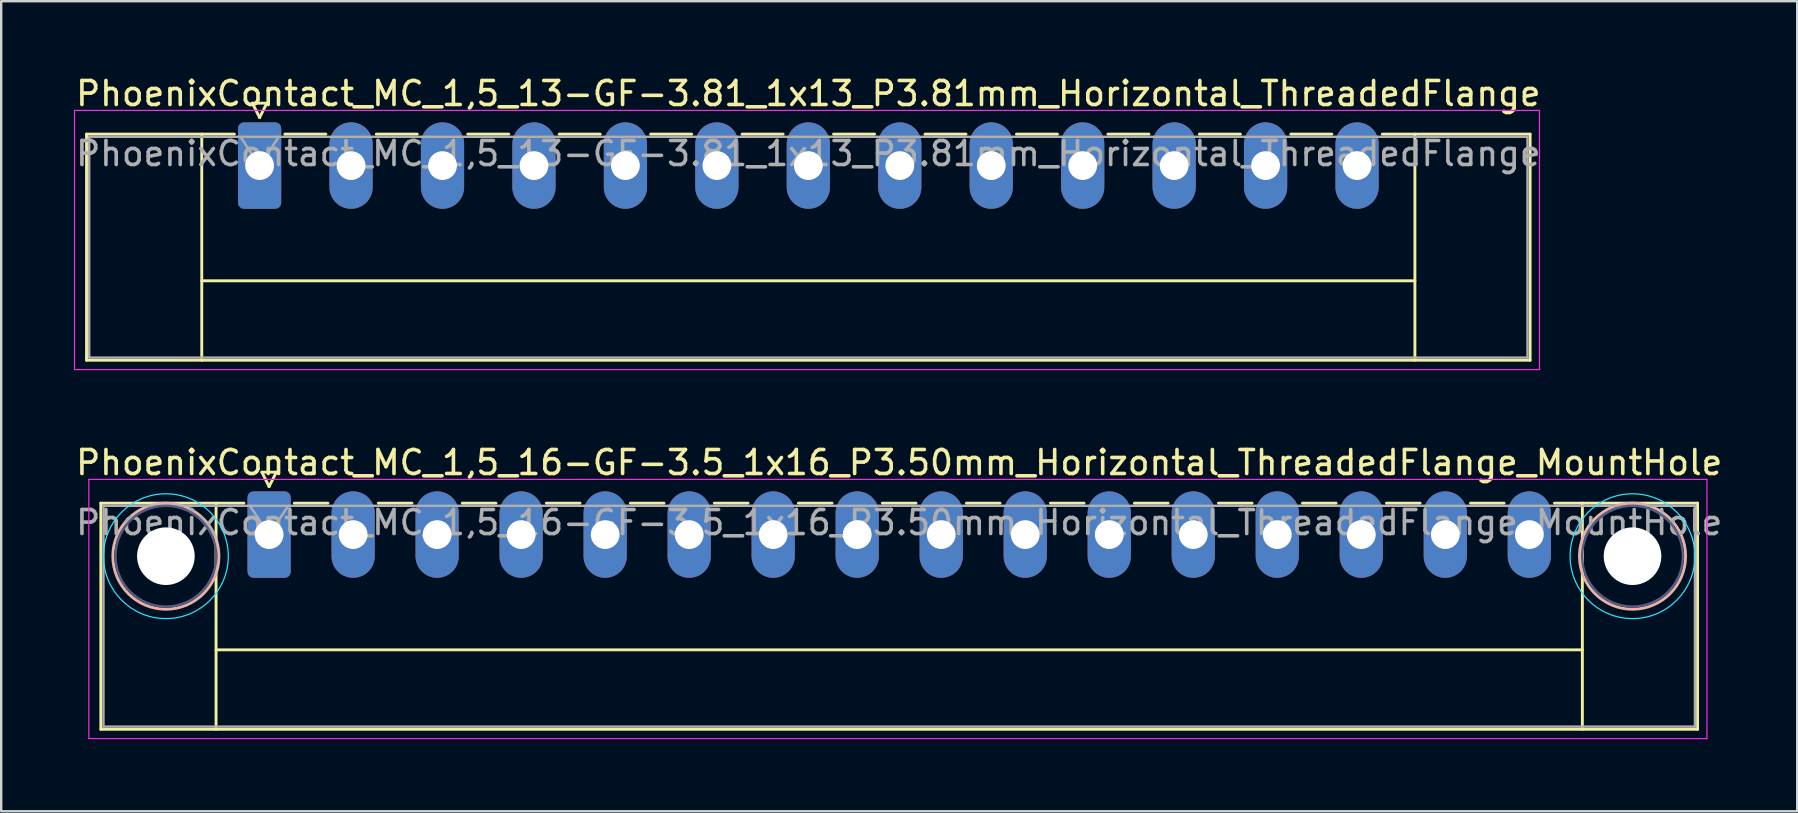
<source format=kicad_pcb>
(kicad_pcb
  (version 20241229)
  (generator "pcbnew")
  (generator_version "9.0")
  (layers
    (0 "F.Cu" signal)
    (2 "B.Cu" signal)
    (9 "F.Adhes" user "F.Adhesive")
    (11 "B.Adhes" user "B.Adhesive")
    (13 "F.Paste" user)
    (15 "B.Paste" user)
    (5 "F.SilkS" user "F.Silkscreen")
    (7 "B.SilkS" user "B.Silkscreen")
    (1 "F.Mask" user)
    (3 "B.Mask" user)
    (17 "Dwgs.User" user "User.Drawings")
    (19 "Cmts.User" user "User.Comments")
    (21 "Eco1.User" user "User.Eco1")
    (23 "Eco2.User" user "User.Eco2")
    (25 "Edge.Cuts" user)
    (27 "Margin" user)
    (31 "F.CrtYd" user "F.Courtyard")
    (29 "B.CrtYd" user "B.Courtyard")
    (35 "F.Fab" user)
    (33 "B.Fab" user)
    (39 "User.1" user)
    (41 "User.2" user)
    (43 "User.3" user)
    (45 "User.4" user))
  (footprint "PhoenixContact_MC_1,5_16-GF-3.5_1x16_P3.50mm_Horizontal_ThreadedFlange_MountHole"
    (layer "F.Cu")
    (at 8.161 19.221)
    (property "Reference" "PhoenixContact_MC_1,5_16-GF-3.5_1x16_P3.50mm_Horizontal_ThreadedFlange_MountHole" (at 26.25 -3 0) (layer "F.SilkS") (effects (font (size 1 1) (thickness 0.15))))
    (attr through_hole)
    (fp_line (start -7.01 -1.31) (end -7.01 8.11) (stroke (width 0.12) (type solid)) (layer "F.SilkS"))
    (fp_line (start -7.01 -1.31) (end -1.05 -1.31) (stroke (width 0.12) (type solid)) (layer "F.SilkS"))
    (fp_line (start -7.01 8.11) (end 59.51 8.11) (stroke (width 0.12) (type solid)) (layer "F.SilkS"))
    (fp_line (start -2.21 -1.31) (end -2.21 8.11) (stroke (width 0.12) (type solid)) (layer "F.SilkS"))
    (fp_line (start -2.21 4.8) (end 54.71 4.8) (stroke (width 0.12) (type solid)) (layer "F.SilkS"))
    (fp_line (start -0.3 -2.6) (end 0.3 -2.6) (stroke (width 0.12) (type solid)) (layer "F.SilkS"))
    (fp_line (start 0 -2) (end -0.3 -2.6) (stroke (width 0.12) (type solid)) (layer "F.SilkS"))
    (fp_line (start 0.3 -2.6) (end 0 -2) (stroke (width 0.12) (type solid)) (layer "F.SilkS"))
    (fp_line (start 1.05 -1.31) (end 2.45 -1.31) (stroke (width 0.12) (type solid)) (layer "F.SilkS"))
    (fp_line (start 4.55 -1.31) (end 5.95 -1.31) (stroke (width 0.12) (type solid)) (layer "F.SilkS"))
    (fp_line (start 8.05 -1.31) (end 9.45 -1.31) (stroke (width 0.12) (type solid)) (layer "F.SilkS"))
    (fp_line (start 11.55 -1.31) (end 12.95 -1.31) (stroke (width 0.12) (type solid)) (layer "F.SilkS"))
    (fp_line (start 15.05 -1.31) (end 16.45 -1.31) (stroke (width 0.12) (type solid)) (layer "F.SilkS"))
    (fp_line (start 18.55 -1.31) (end 19.95 -1.31) (stroke (width 0.12) (type solid)) (layer "F.SilkS"))
    (fp_line (start 22.05 -1.31) (end 23.45 -1.31) (stroke (width 0.12) (type solid)) (layer "F.SilkS"))
    (fp_line (start 25.55 -1.31) (end 26.95 -1.31) (stroke (width 0.12) (type solid)) (layer "F.SilkS"))
    (fp_line (start 29.05 -1.31) (end 30.45 -1.31) (stroke (width 0.12) (type solid)) (layer "F.SilkS"))
    (fp_line (start 32.55 -1.31) (end 33.95 -1.31) (stroke (width 0.12) (type solid)) (layer "F.SilkS"))
    (fp_line (start 36.05 -1.31) (end 37.45 -1.31) (stroke (width 0.12) (type solid)) (layer "F.SilkS"))
    (fp_line (start 39.55 -1.31) (end 40.95 -1.31) (stroke (width 0.12) (type solid)) (layer "F.SilkS"))
    (fp_line (start 43.05 -1.31) (end 44.45 -1.31) (stroke (width 0.12) (type solid)) (layer "F.SilkS"))
    (fp_line (start 46.55 -1.31) (end 47.95 -1.31) (stroke (width 0.12) (type solid)) (layer "F.SilkS"))
    (fp_line (start 50.05 -1.31) (end 51.45 -1.31) (stroke (width 0.12) (type solid)) (layer "F.SilkS"))
    (fp_line (start 54.71 -1.31) (end 54.71 8.11) (stroke (width 0.12) (type solid)) (layer "F.SilkS"))
    (fp_line (start 59.51 -1.31) (end 53.55 -1.31) (stroke (width 0.12) (type solid)) (layer "F.SilkS"))
    (fp_line (start 59.51 8.11) (end 59.51 -1.31) (stroke (width 0.12) (type solid)) (layer "F.SilkS"))
    (fp_circle (center -4.3 0.9) (end -2.09 0.9) (stroke (width 0.12) (type solid)) (fill no) (layer "B.SilkS"))
    (fp_circle (center 56.8 0.9) (end 59.01 0.9) (stroke (width 0.12) (type solid)) (fill no) (layer "B.SilkS"))
    (fp_circle (center -4.3 0.9) (end -1.7 0.9) (stroke (width 0.05) (type solid)) (fill no) (layer "B.CrtYd"))
    (fp_circle (center 56.8 0.9) (end 59.4 0.9) (stroke (width 0.05) (type solid)) (fill no) (layer "B.CrtYd"))
    (fp_line (start -7.51 -2.3) (end -7.51 8.5) (stroke (width 0.05) (type solid)) (layer "F.CrtYd"))
    (fp_line (start -7.51 8.5) (end 59.9 8.5) (stroke (width 0.05) (type solid)) (layer "F.CrtYd"))
    (fp_line (start 59.9 -2.3) (end -7.51 -2.3) (stroke (width 0.05) (type solid)) (layer "F.CrtYd"))
    (fp_line (start 59.9 8.5) (end 59.9 -2.3) (stroke (width 0.05) (type solid)) (layer "F.CrtYd"))
    (fp_circle (center -4.3 0.9) (end -2.2 0.9) (stroke (width 0.1) (type solid)) (fill no) (layer "B.Fab"))
    (fp_circle (center 56.8 0.9) (end 58.9 0.9) (stroke (width 0.1) (type solid)) (fill no) (layer "B.Fab"))
    (fp_line (start -6.9 -1.2) (end -6.9 8) (stroke (width 0.1) (type solid)) (layer "F.Fab"))
    (fp_line (start -6.9 8) (end 59.4 8) (stroke (width 0.1) (type solid)) (layer "F.Fab"))
    (fp_line (start 0 0) (end -0.8 -1.2) (stroke (width 0.1) (type solid)) (layer "F.Fab"))
    (fp_line (start 0.8 -1.2) (end 0 0) (stroke (width 0.1) (type solid)) (layer "F.Fab"))
    (fp_line (start 59.4 -1.2) (end -6.9 -1.2) (stroke (width 0.1) (type solid)) (layer "F.Fab"))
    (fp_line (start 59.4 8) (end 59.4 -1.2) (stroke (width 0.1) (type solid)) (layer "F.Fab"))
    (fp_text user "${REFERENCE}" (at 26.25 -0.5 0) (layer "F.Fab") (effects (font (size 1 1) (thickness 0.15))))
    (pad "" np_thru_hole circle (at -4.3 0.9) (size 2.4 2.4) (drill 2.4) (layers "*.Cu" "*.Mask"))
    (pad "" np_thru_hole circle (at 56.8 0.9) (size 2.4 2.4) (drill 2.4) (layers "*.Cu" "*.Mask"))
    (pad "1" thru_hole roundrect (at 0 0) (size 1.8 3.6) (drill 1.2) (layers "*.Cu" "*.Mask") (roundrect_rratio 0.139))
    (pad "2" thru_hole oval (at 3.5 0) (size 1.8 3.6) (drill 1.2) (layers "*.Cu" "*.Mask"))
    (pad "3" thru_hole oval (at 7 0) (size 1.8 3.6) (drill 1.2) (layers "*.Cu" "*.Mask"))
    (pad "4" thru_hole oval (at 10.5 0) (size 1.8 3.6) (drill 1.2) (layers "*.Cu" "*.Mask"))
    (pad "5" thru_hole oval (at 14 0) (size 1.8 3.6) (drill 1.2) (layers "*.Cu" "*.Mask"))
    (pad "6" thru_hole oval (at 17.5 0) (size 1.8 3.6) (drill 1.2) (layers "*.Cu" "*.Mask"))
    (pad "7" thru_hole oval (at 21 0) (size 1.8 3.6) (drill 1.2) (layers "*.Cu" "*.Mask"))
    (pad "8" thru_hole oval (at 24.5 0) (size 1.8 3.6) (drill 1.2) (layers "*.Cu" "*.Mask"))
    (pad "9" thru_hole oval (at 28 0) (size 1.8 3.6) (drill 1.2) (layers "*.Cu" "*.Mask"))
    (pad "10" thru_hole oval (at 31.5 0) (size 1.8 3.6) (drill 1.2) (layers "*.Cu" "*.Mask"))
    (pad "11" thru_hole oval (at 35 0) (size 1.8 3.6) (drill 1.2) (layers "*.Cu" "*.Mask"))
    (pad "12" thru_hole oval (at 38.5 0) (size 1.8 3.6) (drill 1.2) (layers "*.Cu" "*.Mask"))
    (pad "13" thru_hole oval (at 42 0) (size 1.8 3.6) (drill 1.2) (layers "*.Cu" "*.Mask"))
    (pad "14" thru_hole oval (at 45.5 0) (size 1.8 3.6) (drill 1.2) (layers "*.Cu" "*.Mask"))
    (pad "15" thru_hole oval (at 49 0) (size 1.8 3.6) (drill 1.2) (layers "*.Cu" "*.Mask"))
    (pad "16" thru_hole oval (at 52.5 0) (size 1.8 3.6) (drill 1.2) (layers "*.Cu" "*.Mask")))
  (footprint "PhoenixContact_MC_1,5_13-GF-3.81_1x13_P3.81mm_Horizontal_ThreadedFlange"
    (layer "F.Cu")
    (at 7.765 3.848)
    (property "Reference" "PhoenixContact_MC_1,5_13-GF-3.81_1x13_P3.81mm_Horizontal_ThreadedFlange" (at 22.86 -3 0) (layer "F.SilkS") (effects (font (size 1 1) (thickness 0.15))))
    (attr through_hole)
    (fp_line (start -7.21 -1.31) (end -7.21 8.11) (stroke (width 0.12) (type solid)) (layer "F.SilkS"))
    (fp_line (start -7.21 -1.31) (end -1.05 -1.31) (stroke (width 0.12) (type solid)) (layer "F.SilkS"))
    (fp_line (start -7.21 8.11) (end 52.93 8.11) (stroke (width 0.12) (type solid)) (layer "F.SilkS"))
    (fp_line (start -2.41 -1.31) (end -2.41 8.11) (stroke (width 0.12) (type solid)) (layer "F.SilkS"))
    (fp_line (start -2.41 4.8) (end 48.13 4.8) (stroke (width 0.12) (type solid)) (layer "F.SilkS"))
    (fp_line (start -0.3 -2.6) (end 0.3 -2.6) (stroke (width 0.12) (type solid)) (layer "F.SilkS"))
    (fp_line (start 0 -2) (end -0.3 -2.6) (stroke (width 0.12) (type solid)) (layer "F.SilkS"))
    (fp_line (start 0.3 -2.6) (end 0 -2) (stroke (width 0.12) (type solid)) (layer "F.SilkS"))
    (fp_line (start 1.05 -1.31) (end 2.76 -1.31) (stroke (width 0.12) (type solid)) (layer "F.SilkS"))
    (fp_line (start 4.86 -1.31) (end 6.57 -1.31) (stroke (width 0.12) (type solid)) (layer "F.SilkS"))
    (fp_line (start 8.67 -1.31) (end 10.38 -1.31) (stroke (width 0.12) (type solid)) (layer "F.SilkS"))
    (fp_line (start 12.48 -1.31) (end 14.19 -1.31) (stroke (width 0.12) (type solid)) (layer "F.SilkS"))
    (fp_line (start 16.29 -1.31) (end 18 -1.31) (stroke (width 0.12) (type solid)) (layer "F.SilkS"))
    (fp_line (start 20.1 -1.31) (end 21.81 -1.31) (stroke (width 0.12) (type solid)) (layer "F.SilkS"))
    (fp_line (start 23.91 -1.31) (end 25.62 -1.31) (stroke (width 0.12) (type solid)) (layer "F.SilkS"))
    (fp_line (start 27.72 -1.31) (end 29.43 -1.31) (stroke (width 0.12) (type solid)) (layer "F.SilkS"))
    (fp_line (start 31.53 -1.31) (end 33.24 -1.31) (stroke (width 0.12) (type solid)) (layer "F.SilkS"))
    (fp_line (start 35.34 -1.31) (end 37.05 -1.31) (stroke (width 0.12) (type solid)) (layer "F.SilkS"))
    (fp_line (start 39.15 -1.31) (end 40.86 -1.31) (stroke (width 0.12) (type solid)) (layer "F.SilkS"))
    (fp_line (start 42.96 -1.31) (end 44.67 -1.31) (stroke (width 0.12) (type solid)) (layer "F.SilkS"))
    (fp_line (start 48.13 -1.31) (end 48.13 8.11) (stroke (width 0.12) (type solid)) (layer "F.SilkS"))
    (fp_line (start 52.93 -1.31) (end 46.77 -1.31) (stroke (width 0.12) (type solid)) (layer "F.SilkS"))
    (fp_line (start 52.93 8.11) (end 52.93 -1.31) (stroke (width 0.12) (type solid)) (layer "F.SilkS"))
    (fp_line (start -7.71 -2.3) (end -7.71 8.5) (stroke (width 0.05) (type solid)) (layer "F.CrtYd"))
    (fp_line (start -7.71 8.5) (end 53.32 8.5) (stroke (width 0.05) (type solid)) (layer "F.CrtYd"))
    (fp_line (start 53.32 -2.3) (end -7.71 -2.3) (stroke (width 0.05) (type solid)) (layer "F.CrtYd"))
    (fp_line (start 53.32 8.5) (end 53.32 -2.3) (stroke (width 0.05) (type solid)) (layer "F.CrtYd"))
    (fp_line (start -7.1 -1.2) (end -7.1 8) (stroke (width 0.1) (type solid)) (layer "F.Fab"))
    (fp_line (start -7.1 8) (end 52.82 8) (stroke (width 0.1) (type solid)) (layer "F.Fab"))
    (fp_line (start 0 0) (end -0.8 -1.2) (stroke (width 0.1) (type solid)) (layer "F.Fab"))
    (fp_line (start 0.8 -1.2) (end 0 0) (stroke (width 0.1) (type solid)) (layer "F.Fab"))
    (fp_line (start 52.82 -1.2) (end -7.1 -1.2) (stroke (width 0.1) (type solid)) (layer "F.Fab"))
    (fp_line (start 52.82 8) (end 52.82 -1.2) (stroke (width 0.1) (type solid)) (layer "F.Fab"))
    (fp_text user "${REFERENCE}" (at 22.86 -0.5 0) (layer "F.Fab") (effects (font (size 1 1) (thickness 0.15))))
    (pad "1" thru_hole roundrect (at 0 0) (size 1.8 3.6) (drill 1.2) (layers "*.Cu" "*.Mask") (roundrect_rratio 0.139))
    (pad "2" thru_hole oval (at 3.81 0) (size 1.8 3.6) (drill 1.2) (layers "*.Cu" "*.Mask"))
    (pad "3" thru_hole oval (at 7.62 0) (size 1.8 3.6) (drill 1.2) (layers "*.Cu" "*.Mask"))
    (pad "4" thru_hole oval (at 11.43 0) (size 1.8 3.6) (drill 1.2) (layers "*.Cu" "*.Mask"))
    (pad "5" thru_hole oval (at 15.24 0) (size 1.8 3.6) (drill 1.2) (layers "*.Cu" "*.Mask"))
    (pad "6" thru_hole oval (at 19.05 0) (size 1.8 3.6) (drill 1.2) (layers "*.Cu" "*.Mask"))
    (pad "7" thru_hole oval (at 22.86 0) (size 1.8 3.6) (drill 1.2) (layers "*.Cu" "*.Mask"))
    (pad "8" thru_hole oval (at 26.67 0) (size 1.8 3.6) (drill 1.2) (layers "*.Cu" "*.Mask"))
    (pad "9" thru_hole oval (at 30.48 0) (size 1.8 3.6) (drill 1.2) (layers "*.Cu" "*.Mask"))
    (pad "10" thru_hole oval (at 34.29 0) (size 1.8 3.6) (drill 1.2) (layers "*.Cu" "*.Mask"))
    (pad "11" thru_hole oval (at 38.1 0) (size 1.8 3.6) (drill 1.2) (layers "*.Cu" "*.Mask"))
    (pad "12" thru_hole oval (at 41.91 0) (size 1.8 3.6) (drill 1.2) (layers "*.Cu" "*.Mask"))
    (pad "13" thru_hole oval (at 45.72 0) (size 1.8 3.6) (drill 1.2) (layers "*.Cu" "*.Mask")))
  (gr_rect
    (start -3 -3)
    (end 71.821 30.747)
    (stroke (width 0.1) (type default))
    (fill no)
    (layer "Edge.Cuts")))
</source>
